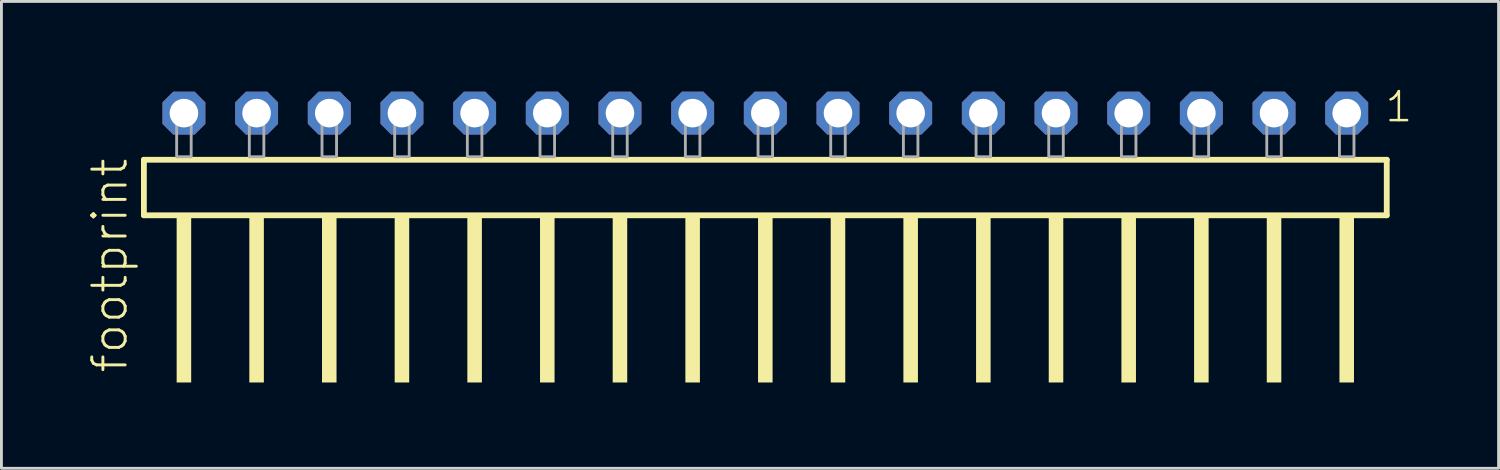
<source format=kicad_pcb>
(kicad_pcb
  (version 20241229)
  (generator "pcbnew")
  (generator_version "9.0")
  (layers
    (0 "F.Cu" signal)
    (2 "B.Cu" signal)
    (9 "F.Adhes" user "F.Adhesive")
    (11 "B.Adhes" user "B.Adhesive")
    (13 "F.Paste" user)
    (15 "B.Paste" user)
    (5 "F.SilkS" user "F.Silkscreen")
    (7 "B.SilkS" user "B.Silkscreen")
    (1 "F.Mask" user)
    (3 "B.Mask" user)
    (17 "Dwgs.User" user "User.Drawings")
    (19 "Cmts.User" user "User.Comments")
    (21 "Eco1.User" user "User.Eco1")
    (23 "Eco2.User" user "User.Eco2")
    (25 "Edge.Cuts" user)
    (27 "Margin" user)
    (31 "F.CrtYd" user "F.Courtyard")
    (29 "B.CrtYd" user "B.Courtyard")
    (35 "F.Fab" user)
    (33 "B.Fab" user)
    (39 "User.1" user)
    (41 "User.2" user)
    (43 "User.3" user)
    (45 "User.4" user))
  (footprint "footprint"
    (layer "F.Cu")
    (at 23.698 2.428)
    (property "Reference" "footprint" (at -22.225 7.62 90) (layer "F.SilkS") (effects (font (size 1.168 1.168) (thickness 0.102)) (justify left bottom)))
    (fp_line (start -21.719 0.106) (end -21.719 2.046) (stroke (width 0.203) (type solid)) (layer "F.SilkS"))
    (fp_line (start -21.719 2.046) (end 21.719 2.046) (stroke (width 0.203) (type solid)) (layer "F.SilkS"))
    (fp_line (start 21.719 0.106) (end -21.719 0.106) (stroke (width 0.203) (type solid)) (layer "F.SilkS"))
    (fp_line (start 21.719 2.046) (end 21.719 0.106) (stroke (width 0.203) (type solid)) (layer "F.SilkS"))
    (fp_poly (pts (xy -20.574 7.89) (xy -20.066 7.89) (xy -20.066 2.04) (xy -20.574 2.04)) (stroke (width 0) (type solid)) (fill yes) (layer "F.SilkS"))
    (fp_poly (pts (xy -18.034 7.89) (xy -17.526 7.89) (xy -17.526 2.04) (xy -18.034 2.04)) (stroke (width 0) (type solid)) (fill yes) (layer "F.SilkS"))
    (fp_poly (pts (xy -15.494 7.89) (xy -14.986 7.89) (xy -14.986 2.04) (xy -15.494 2.04)) (stroke (width 0) (type solid)) (fill yes) (layer "F.SilkS"))
    (fp_poly (pts (xy -12.954 7.89) (xy -12.446 7.89) (xy -12.446 2.04) (xy -12.954 2.04)) (stroke (width 0) (type solid)) (fill yes) (layer "F.SilkS"))
    (fp_poly (pts (xy -10.414 7.89) (xy -9.906 7.89) (xy -9.906 2.04) (xy -10.414 2.04)) (stroke (width 0) (type solid)) (fill yes) (layer "F.SilkS"))
    (fp_poly (pts (xy -7.874 7.89) (xy -7.366 7.89) (xy -7.366 2.04) (xy -7.874 2.04)) (stroke (width 0) (type solid)) (fill yes) (layer "F.SilkS"))
    (fp_poly (pts (xy -5.334 7.89) (xy -4.826 7.89) (xy -4.826 2.04) (xy -5.334 2.04)) (stroke (width 0) (type solid)) (fill yes) (layer "F.SilkS"))
    (fp_poly (pts (xy -2.794 7.89) (xy -2.286 7.89) (xy -2.286 2.04) (xy -2.794 2.04)) (stroke (width 0) (type solid)) (fill yes) (layer "F.SilkS"))
    (fp_poly (pts (xy -0.254 7.89) (xy 0.254 7.89) (xy 0.254 2.04) (xy -0.254 2.04)) (stroke (width 0) (type solid)) (fill yes) (layer "F.SilkS"))
    (fp_poly (pts (xy 2.286 7.89) (xy 2.794 7.89) (xy 2.794 2.04) (xy 2.286 2.04)) (stroke (width 0) (type solid)) (fill yes) (layer "F.SilkS"))
    (fp_poly (pts (xy 4.826 7.89) (xy 5.334 7.89) (xy 5.334 2.04) (xy 4.826 2.04)) (stroke (width 0) (type solid)) (fill yes) (layer "F.SilkS"))
    (fp_poly (pts (xy 7.366 7.89) (xy 7.874 7.89) (xy 7.874 2.04) (xy 7.366 2.04)) (stroke (width 0) (type solid)) (fill yes) (layer "F.SilkS"))
    (fp_poly (pts (xy 9.906 7.89) (xy 10.414 7.89) (xy 10.414 2.04) (xy 9.906 2.04)) (stroke (width 0) (type solid)) (fill yes) (layer "F.SilkS"))
    (fp_poly (pts (xy 12.446 7.89) (xy 12.954 7.89) (xy 12.954 2.04) (xy 12.446 2.04)) (stroke (width 0) (type solid)) (fill yes) (layer "F.SilkS"))
    (fp_poly (pts (xy 14.986 7.89) (xy 15.494 7.89) (xy 15.494 2.04) (xy 14.986 2.04)) (stroke (width 0) (type solid)) (fill yes) (layer "F.SilkS"))
    (fp_poly (pts (xy 17.526 7.89) (xy 18.034 7.89) (xy 18.034 2.04) (xy 17.526 2.04)) (stroke (width 0) (type solid)) (fill yes) (layer "F.SilkS"))
    (fp_poly (pts (xy 20.066 7.89) (xy 20.574 7.89) (xy 20.574 2.04) (xy 20.066 2.04)) (stroke (width 0) (type solid)) (fill yes) (layer "F.SilkS"))
    (fp_poly (pts (xy -20.574 0) (xy -20.066 0) (xy -20.066 -1.778) (xy -20.574 -1.778)) (stroke (width 0.1) (type solid)) (fill no) (layer "F.Fab"))
    (fp_poly (pts (xy -18.034 0) (xy -17.526 0) (xy -17.526 -1.778) (xy -18.034 -1.778)) (stroke (width 0.1) (type solid)) (fill no) (layer "F.Fab"))
    (fp_poly (pts (xy -15.494 0) (xy -14.986 0) (xy -14.986 -1.778) (xy -15.494 -1.778)) (stroke (width 0.1) (type solid)) (fill no) (layer "F.Fab"))
    (fp_poly (pts (xy -12.954 0) (xy -12.446 0) (xy -12.446 -1.778) (xy -12.954 -1.778)) (stroke (width 0.1) (type solid)) (fill no) (layer "F.Fab"))
    (fp_poly (pts (xy -10.414 0) (xy -9.906 0) (xy -9.906 -1.778) (xy -10.414 -1.778)) (stroke (width 0.1) (type solid)) (fill no) (layer "F.Fab"))
    (fp_poly (pts (xy -7.874 0) (xy -7.366 0) (xy -7.366 -1.778) (xy -7.874 -1.778)) (stroke (width 0.1) (type solid)) (fill no) (layer "F.Fab"))
    (fp_poly (pts (xy -5.334 0) (xy -4.826 0) (xy -4.826 -1.778) (xy -5.334 -1.778)) (stroke (width 0.1) (type solid)) (fill no) (layer "F.Fab"))
    (fp_poly (pts (xy -2.794 0) (xy -2.286 0) (xy -2.286 -1.778) (xy -2.794 -1.778)) (stroke (width 0.1) (type solid)) (fill no) (layer "F.Fab"))
    (fp_poly (pts (xy -0.254 0) (xy 0.254 0) (xy 0.254 -1.778) (xy -0.254 -1.778)) (stroke (width 0.1) (type solid)) (fill no) (layer "F.Fab"))
    (fp_poly (pts (xy 2.286 0) (xy 2.794 0) (xy 2.794 -1.778) (xy 2.286 -1.778)) (stroke (width 0.1) (type solid)) (fill no) (layer "F.Fab"))
    (fp_poly (pts (xy 4.826 0) (xy 5.334 0) (xy 5.334 -1.778) (xy 4.826 -1.778)) (stroke (width 0.1) (type solid)) (fill no) (layer "F.Fab"))
    (fp_poly (pts (xy 7.366 0) (xy 7.874 0) (xy 7.874 -1.778) (xy 7.366 -1.778)) (stroke (width 0.1) (type solid)) (fill no) (layer "F.Fab"))
    (fp_poly (pts (xy 9.906 0) (xy 10.414 0) (xy 10.414 -1.778) (xy 9.906 -1.778)) (stroke (width 0.1) (type solid)) (fill no) (layer "F.Fab"))
    (fp_poly (pts (xy 12.446 0) (xy 12.954 0) (xy 12.954 -1.778) (xy 12.446 -1.778)) (stroke (width 0.1) (type solid)) (fill no) (layer "F.Fab"))
    (fp_poly (pts (xy 14.986 0) (xy 15.494 0) (xy 15.494 -1.778) (xy 14.986 -1.778)) (stroke (width 0.1) (type solid)) (fill no) (layer "F.Fab"))
    (fp_poly (pts (xy 17.526 0) (xy 18.034 0) (xy 18.034 -1.778) (xy 17.526 -1.778)) (stroke (width 0.1) (type solid)) (fill no) (layer "F.Fab"))
    (fp_poly (pts (xy 20.066 0) (xy 20.574 0) (xy 20.574 -1.778) (xy 20.066 -1.778)) (stroke (width 0.1) (type solid)) (fill no) (layer "F.Fab"))
    (fp_text user "1" (at 21.602 -1.152 0) (layer "F.SilkS") (effects (font (size 1.012 1.012) (thickness 0.088)) (justify left bottom)))
    (pad "1" thru_hole roundrect (at 20.32 -1.524 180) (size 1.5 1.5) (drill 1) (layers "*.Cu" "*.Mask") (roundrect_rratio 0.25) (chamfer_ratio 0.25) (chamfer top_left top_right bottom_left bottom_right))
    (pad "2" thru_hole roundrect (at 17.78 -1.524 180) (size 1.5 1.5) (drill 1) (layers "*.Cu" "*.Mask") (roundrect_rratio 0.25) (chamfer_ratio 0.25) (chamfer top_left top_right bottom_left bottom_right))
    (pad "3" thru_hole roundrect (at 15.24 -1.524 180) (size 1.5 1.5) (drill 1) (layers "*.Cu" "*.Mask") (roundrect_rratio 0.25) (chamfer_ratio 0.25) (chamfer top_left top_right bottom_left bottom_right))
    (pad "4" thru_hole roundrect (at 12.7 -1.524 180) (size 1.5 1.5) (drill 1) (layers "*.Cu" "*.Mask") (roundrect_rratio 0.25) (chamfer_ratio 0.25) (chamfer top_left top_right bottom_left bottom_right))
    (pad "5" thru_hole roundrect (at 10.16 -1.524 180) (size 1.5 1.5) (drill 1) (layers "*.Cu" "*.Mask") (roundrect_rratio 0.25) (chamfer_ratio 0.25) (chamfer top_left top_right bottom_left bottom_right))
    (pad "6" thru_hole roundrect (at 7.62 -1.524 180) (size 1.5 1.5) (drill 1) (layers "*.Cu" "*.Mask") (roundrect_rratio 0.25) (chamfer_ratio 0.25) (chamfer top_left top_right bottom_left bottom_right))
    (pad "7" thru_hole roundrect (at 5.08 -1.524 180) (size 1.5 1.5) (drill 1) (layers "*.Cu" "*.Mask") (roundrect_rratio 0.25) (chamfer_ratio 0.25) (chamfer top_left top_right bottom_left bottom_right))
    (pad "8" thru_hole roundrect (at 2.54 -1.524 180) (size 1.5 1.5) (drill 1) (layers "*.Cu" "*.Mask") (roundrect_rratio 0.25) (chamfer_ratio 0.25) (chamfer top_left top_right bottom_left bottom_right))
    (pad "9" thru_hole roundrect (at 0 -1.524 180) (size 1.5 1.5) (drill 1) (layers "*.Cu" "*.Mask") (roundrect_rratio 0.25) (chamfer_ratio 0.25) (chamfer top_left top_right bottom_left bottom_right))
    (pad "10" thru_hole roundrect (at -2.54 -1.524 180) (size 1.5 1.5) (drill 1) (layers "*.Cu" "*.Mask") (roundrect_rratio 0.25) (chamfer_ratio 0.25) (chamfer top_left top_right bottom_left bottom_right))
    (pad "11" thru_hole roundrect (at -5.08 -1.524 180) (size 1.5 1.5) (drill 1) (layers "*.Cu" "*.Mask") (roundrect_rratio 0.25) (chamfer_ratio 0.25) (chamfer top_left top_right bottom_left bottom_right))
    (pad "12" thru_hole roundrect (at -7.62 -1.524 180) (size 1.5 1.5) (drill 1) (layers "*.Cu" "*.Mask") (roundrect_rratio 0.25) (chamfer_ratio 0.25) (chamfer top_left top_right bottom_left bottom_right))
    (pad "13" thru_hole roundrect (at -10.16 -1.524 180) (size 1.5 1.5) (drill 1) (layers "*.Cu" "*.Mask") (roundrect_rratio 0.25) (chamfer_ratio 0.25) (chamfer top_left top_right bottom_left bottom_right))
    (pad "14" thru_hole roundrect (at -12.7 -1.524 180) (size 1.5 1.5) (drill 1) (layers "*.Cu" "*.Mask") (roundrect_rratio 0.25) (chamfer_ratio 0.25) (chamfer top_left top_right bottom_left bottom_right))
    (pad "15" thru_hole roundrect (at -15.24 -1.524 180) (size 1.5 1.5) (drill 1) (layers "*.Cu" "*.Mask") (roundrect_rratio 0.25) (chamfer_ratio 0.25) (chamfer top_left top_right bottom_left bottom_right))
    (pad "16" thru_hole roundrect (at -17.78 -1.524 180) (size 1.5 1.5) (drill 1) (layers "*.Cu" "*.Mask") (roundrect_rratio 0.25) (chamfer_ratio 0.25) (chamfer top_left top_right bottom_left bottom_right))
    (pad "17" thru_hole roundrect (at -20.32 -1.524 180) (size 1.5 1.5) (drill 1) (layers "*.Cu" "*.Mask") (roundrect_rratio 0.25) (chamfer_ratio 0.25) (chamfer top_left top_right bottom_left bottom_right)))
  (gr_rect
    (start -3 -3)
    (end 49.326 13.318)
    (stroke (width 0.1) (type default))
    (fill no)
    (layer "Edge.Cuts")))
</source>
